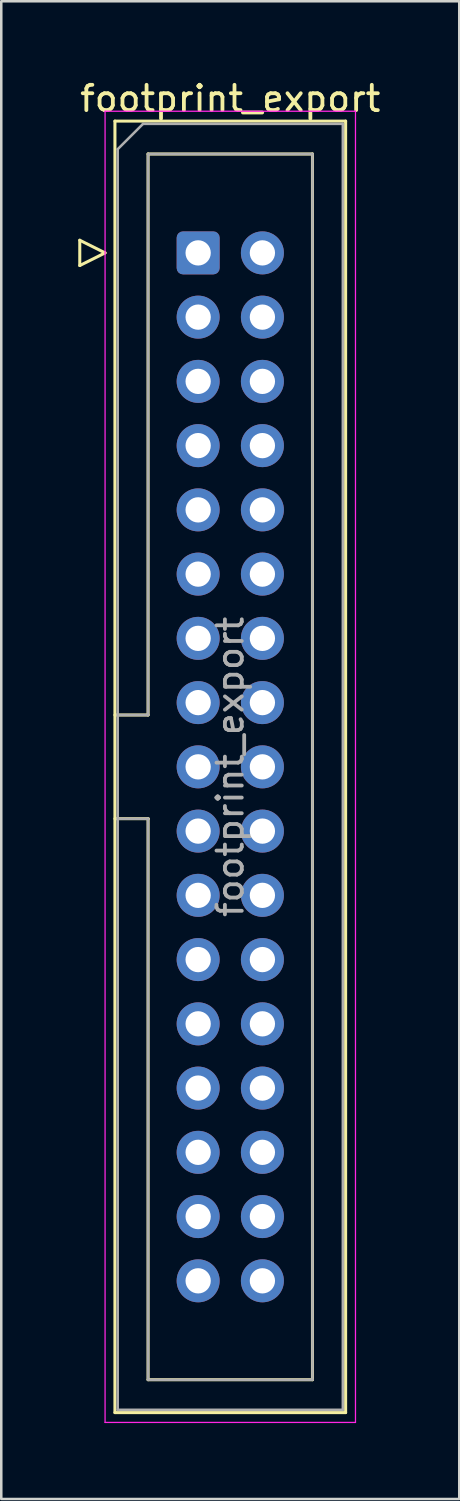
<source format=kicad_pcb>
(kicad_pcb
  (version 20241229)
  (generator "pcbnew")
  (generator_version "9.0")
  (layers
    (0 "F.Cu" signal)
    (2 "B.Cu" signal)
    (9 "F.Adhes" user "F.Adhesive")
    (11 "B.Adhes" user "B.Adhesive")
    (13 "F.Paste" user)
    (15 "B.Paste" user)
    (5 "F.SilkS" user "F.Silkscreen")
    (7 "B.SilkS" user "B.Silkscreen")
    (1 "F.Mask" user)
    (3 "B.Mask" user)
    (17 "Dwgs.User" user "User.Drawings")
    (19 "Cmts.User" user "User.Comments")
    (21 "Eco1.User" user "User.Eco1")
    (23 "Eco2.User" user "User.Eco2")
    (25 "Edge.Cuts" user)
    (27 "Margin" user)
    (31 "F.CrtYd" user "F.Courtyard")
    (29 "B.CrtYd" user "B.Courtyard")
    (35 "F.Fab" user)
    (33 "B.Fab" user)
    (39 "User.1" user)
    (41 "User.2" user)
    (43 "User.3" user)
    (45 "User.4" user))
  (footprint "footprint_export"
    (layer "F.Cu")
    (at 4.784 6.948)
    (property "Reference" "footprint_export" (at 1.27 -6.1 0) (layer "F.SilkS") (effects (font (size 1 1) (thickness 0.15))))
    (attr through_hole)
    (fp_line (start -4.68 -0.5) (end -4.68 0.5) (stroke (width 0.12) (type solid)) (layer "F.SilkS"))
    (fp_line (start -4.68 0.5) (end -3.68 0) (stroke (width 0.12) (type solid)) (layer "F.SilkS"))
    (fp_line (start -3.68 0) (end -4.68 -0.5) (stroke (width 0.12) (type solid)) (layer "F.SilkS"))
    (fp_line (start -3.29 -5.21) (end 5.83 -5.21) (stroke (width 0.12) (type solid)) (layer "F.SilkS"))
    (fp_line (start -3.29 18.27) (end -1.98 18.27) (stroke (width 0.12) (type solid)) (layer "F.SilkS"))
    (fp_line (start -3.29 45.85) (end -3.29 -5.21) (stroke (width 0.12) (type solid)) (layer "F.SilkS"))
    (fp_line (start -1.98 -3.91) (end 4.52 -3.91) (stroke (width 0.12) (type solid)) (layer "F.SilkS"))
    (fp_line (start -1.98 18.27) (end -1.98 -3.91) (stroke (width 0.12) (type solid)) (layer "F.SilkS"))
    (fp_line (start -1.98 22.37) (end -3.29 22.37) (stroke (width 0.12) (type solid)) (layer "F.SilkS"))
    (fp_line (start -1.98 22.37) (end -1.98 22.37) (stroke (width 0.12) (type solid)) (layer "F.SilkS"))
    (fp_line (start -1.98 44.55) (end -1.98 22.37) (stroke (width 0.12) (type solid)) (layer "F.SilkS"))
    (fp_line (start 4.52 -3.91) (end 4.52 44.55) (stroke (width 0.12) (type solid)) (layer "F.SilkS"))
    (fp_line (start 4.52 44.55) (end -1.98 44.55) (stroke (width 0.12) (type solid)) (layer "F.SilkS"))
    (fp_line (start 5.83 -5.21) (end 5.83 45.85) (stroke (width 0.12) (type solid)) (layer "F.SilkS"))
    (fp_line (start 5.83 45.85) (end -3.29 45.85) (stroke (width 0.12) (type solid)) (layer "F.SilkS"))
    (fp_line (start -3.68 -5.6) (end -3.68 46.24) (stroke (width 0.05) (type solid)) (layer "F.CrtYd"))
    (fp_line (start -3.68 46.24) (end 6.22 46.24) (stroke (width 0.05) (type solid)) (layer "F.CrtYd"))
    (fp_line (start 6.22 -5.6) (end -3.68 -5.6) (stroke (width 0.05) (type solid)) (layer "F.CrtYd"))
    (fp_line (start 6.22 46.24) (end 6.22 -5.6) (stroke (width 0.05) (type solid)) (layer "F.CrtYd"))
    (fp_line (start -3.18 -4.1) (end -2.18 -5.1) (stroke (width 0.1) (type solid)) (layer "F.Fab"))
    (fp_line (start -3.18 18.27) (end -1.98 18.27) (stroke (width 0.1) (type solid)) (layer "F.Fab"))
    (fp_line (start -3.18 45.74) (end -3.18 -4.1) (stroke (width 0.1) (type solid)) (layer "F.Fab"))
    (fp_line (start -2.18 -5.1) (end 5.72 -5.1) (stroke (width 0.1) (type solid)) (layer "F.Fab"))
    (fp_line (start -1.98 -3.91) (end 4.52 -3.91) (stroke (width 0.1) (type solid)) (layer "F.Fab"))
    (fp_line (start -1.98 18.27) (end -1.98 -3.91) (stroke (width 0.1) (type solid)) (layer "F.Fab"))
    (fp_line (start -1.98 22.37) (end -3.18 22.37) (stroke (width 0.1) (type solid)) (layer "F.Fab"))
    (fp_line (start -1.98 22.37) (end -1.98 22.37) (stroke (width 0.1) (type solid)) (layer "F.Fab"))
    (fp_line (start -1.98 44.55) (end -1.98 22.37) (stroke (width 0.1) (type solid)) (layer "F.Fab"))
    (fp_line (start 4.52 -3.91) (end 4.52 44.55) (stroke (width 0.1) (type solid)) (layer "F.Fab"))
    (fp_line (start 4.52 44.55) (end -1.98 44.55) (stroke (width 0.1) (type solid)) (layer "F.Fab"))
    (fp_line (start 5.72 -5.1) (end 5.72 45.74) (stroke (width 0.1) (type solid)) (layer "F.Fab"))
    (fp_line (start 5.72 45.74) (end -3.18 45.74) (stroke (width 0.1) (type solid)) (layer "F.Fab"))
    (fp_text user "${REFERENCE}" (at 1.27 20.32 90) (layer "F.Fab") (effects (font (size 1 1) (thickness 0.15))))
    (pad "1" thru_hole roundrect (at 0 0) (size 1.7 1.7) (drill 1) (layers "*.Cu" "*.Mask") (roundrect_rratio 0.147))
    (pad "2" thru_hole circle (at 2.54 0) (size 1.7 1.7) (drill 1) (layers "*.Cu" "*.Mask"))
    (pad "3" thru_hole circle (at 0 2.54) (size 1.7 1.7) (drill 1) (layers "*.Cu" "*.Mask"))
    (pad "4" thru_hole circle (at 2.54 2.54) (size 1.7 1.7) (drill 1) (layers "*.Cu" "*.Mask"))
    (pad "5" thru_hole circle (at 0 5.08) (size 1.7 1.7) (drill 1) (layers "*.Cu" "*.Mask"))
    (pad "6" thru_hole circle (at 2.54 5.08) (size 1.7 1.7) (drill 1) (layers "*.Cu" "*.Mask"))
    (pad "7" thru_hole circle (at 0 7.62) (size 1.7 1.7) (drill 1) (layers "*.Cu" "*.Mask"))
    (pad "8" thru_hole circle (at 2.54 7.62) (size 1.7 1.7) (drill 1) (layers "*.Cu" "*.Mask"))
    (pad "9" thru_hole circle (at 0 10.16) (size 1.7 1.7) (drill 1) (layers "*.Cu" "*.Mask"))
    (pad "10" thru_hole circle (at 2.54 10.16) (size 1.7 1.7) (drill 1) (layers "*.Cu" "*.Mask"))
    (pad "11" thru_hole circle (at 0 12.7) (size 1.7 1.7) (drill 1) (layers "*.Cu" "*.Mask"))
    (pad "12" thru_hole circle (at 2.54 12.7) (size 1.7 1.7) (drill 1) (layers "*.Cu" "*.Mask"))
    (pad "13" thru_hole circle (at 0 15.24) (size 1.7 1.7) (drill 1) (layers "*.Cu" "*.Mask"))
    (pad "14" thru_hole circle (at 2.54 15.24) (size 1.7 1.7) (drill 1) (layers "*.Cu" "*.Mask"))
    (pad "15" thru_hole circle (at 0 17.78) (size 1.7 1.7) (drill 1) (layers "*.Cu" "*.Mask"))
    (pad "16" thru_hole circle (at 2.54 17.78) (size 1.7 1.7) (drill 1) (layers "*.Cu" "*.Mask"))
    (pad "17" thru_hole circle (at 0 20.32) (size 1.7 1.7) (drill 1) (layers "*.Cu" "*.Mask"))
    (pad "18" thru_hole circle (at 2.54 20.32) (size 1.7 1.7) (drill 1) (layers "*.Cu" "*.Mask"))
    (pad "19" thru_hole circle (at 0 22.86) (size 1.7 1.7) (drill 1) (layers "*.Cu" "*.Mask"))
    (pad "20" thru_hole circle (at 2.54 22.86) (size 1.7 1.7) (drill 1) (layers "*.Cu" "*.Mask"))
    (pad "21" thru_hole circle (at 0 25.4) (size 1.7 1.7) (drill 1) (layers "*.Cu" "*.Mask"))
    (pad "22" thru_hole circle (at 2.54 25.4) (size 1.7 1.7) (drill 1) (layers "*.Cu" "*.Mask"))
    (pad "23" thru_hole circle (at 0 27.94) (size 1.7 1.7) (drill 1) (layers "*.Cu" "*.Mask"))
    (pad "24" thru_hole circle (at 2.54 27.94) (size 1.7 1.7) (drill 1) (layers "*.Cu" "*.Mask"))
    (pad "25" thru_hole circle (at 0 30.48) (size 1.7 1.7) (drill 1) (layers "*.Cu" "*.Mask"))
    (pad "26" thru_hole circle (at 2.54 30.48) (size 1.7 1.7) (drill 1) (layers "*.Cu" "*.Mask"))
    (pad "27" thru_hole circle (at 0 33.02) (size 1.7 1.7) (drill 1) (layers "*.Cu" "*.Mask"))
    (pad "28" thru_hole circle (at 2.54 33.02) (size 1.7 1.7) (drill 1) (layers "*.Cu" "*.Mask"))
    (pad "29" thru_hole circle (at 0 35.56) (size 1.7 1.7) (drill 1) (layers "*.Cu" "*.Mask"))
    (pad "30" thru_hole circle (at 2.54 35.56) (size 1.7 1.7) (drill 1) (layers "*.Cu" "*.Mask"))
    (pad "31" thru_hole circle (at 0 38.1) (size 1.7 1.7) (drill 1) (layers "*.Cu" "*.Mask"))
    (pad "32" thru_hole circle (at 2.54 38.1) (size 1.7 1.7) (drill 1) (layers "*.Cu" "*.Mask"))
    (pad "33" thru_hole circle (at 0 40.64) (size 1.7 1.7) (drill 1) (layers "*.Cu" "*.Mask"))
    (pad "34" thru_hole circle (at 2.54 40.64) (size 1.7 1.7) (drill 1) (layers "*.Cu" "*.Mask")))
  (gr_rect
    (start -3 -3)
    (end 15.107 56.213)
    (stroke (width 0.1) (type default))
    (fill no)
    (layer "Edge.Cuts")))
</source>
